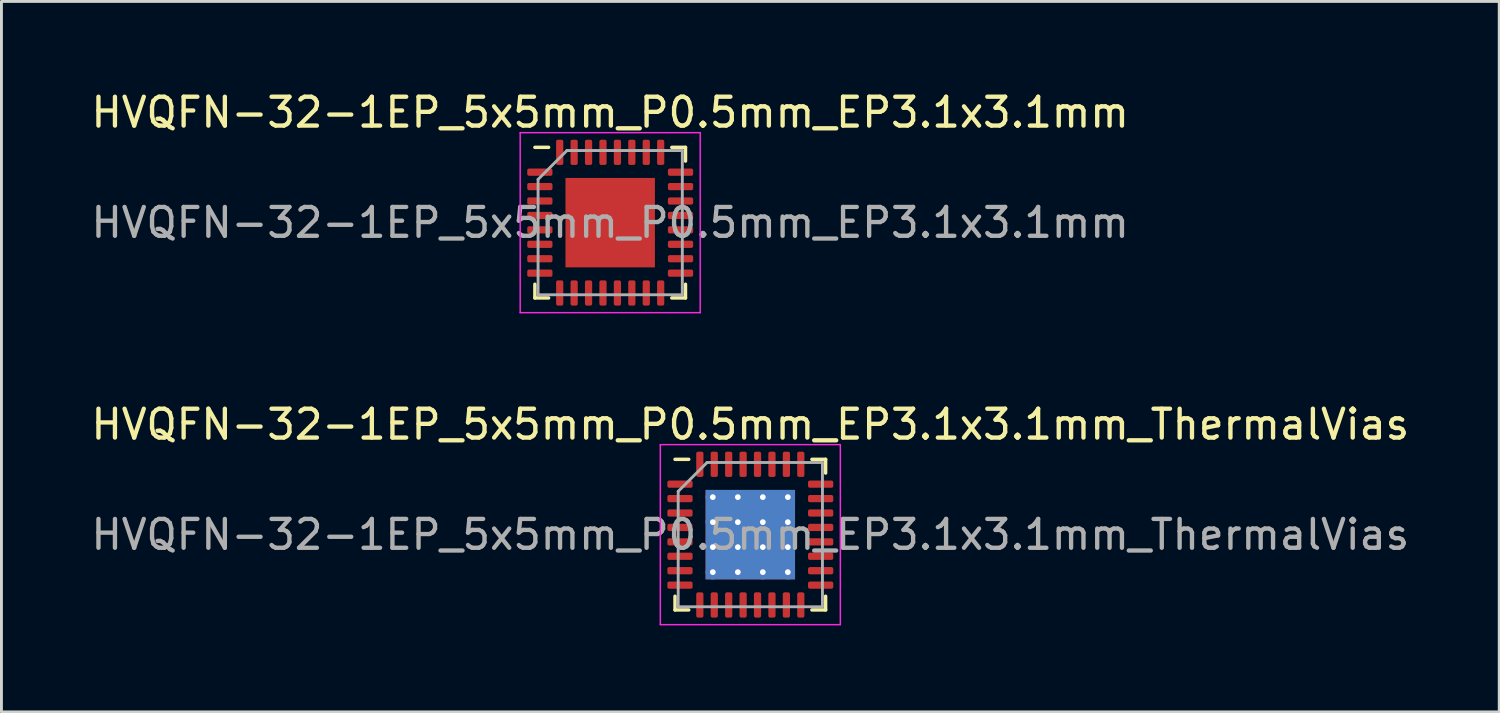
<source format=kicad_pcb>
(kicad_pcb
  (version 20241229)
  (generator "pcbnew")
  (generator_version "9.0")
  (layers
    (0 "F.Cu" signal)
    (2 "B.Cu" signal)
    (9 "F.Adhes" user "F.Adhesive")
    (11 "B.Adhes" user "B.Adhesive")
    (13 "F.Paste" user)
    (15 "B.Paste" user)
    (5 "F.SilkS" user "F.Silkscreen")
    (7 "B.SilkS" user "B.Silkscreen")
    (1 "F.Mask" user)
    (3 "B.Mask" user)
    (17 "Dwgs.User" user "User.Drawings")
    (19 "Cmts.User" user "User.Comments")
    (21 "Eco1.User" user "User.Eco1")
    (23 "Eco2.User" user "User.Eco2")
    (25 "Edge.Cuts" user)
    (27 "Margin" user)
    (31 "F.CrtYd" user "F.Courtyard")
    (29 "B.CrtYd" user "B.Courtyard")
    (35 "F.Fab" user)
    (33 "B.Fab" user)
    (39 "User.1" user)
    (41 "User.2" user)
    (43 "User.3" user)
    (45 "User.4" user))
  (footprint "HVQFN-32-1EP_5x5mm_P0.5mm_EP3.1x3.1mm"
    (layer "F.Cu")
    (at 18.101 4.668)
    (property "Reference" "HVQFN-32-1EP_5x5mm_P0.5mm_EP3.1x3.1mm" (at 0 -3.82 0) (layer "F.SilkS") (effects (font (size 1 1) (thickness 0.15))))
    (attr smd)
    (fp_line (start -2.61 2.61) (end -2.61 2.135) (stroke (width 0.12) (type solid)) (layer "F.SilkS"))
    (fp_line (start -2.135 -2.61) (end -2.61 -2.61) (stroke (width 0.12) (type solid)) (layer "F.SilkS"))
    (fp_line (start -2.135 2.61) (end -2.61 2.61) (stroke (width 0.12) (type solid)) (layer "F.SilkS"))
    (fp_line (start 2.135 -2.61) (end 2.61 -2.61) (stroke (width 0.12) (type solid)) (layer "F.SilkS"))
    (fp_line (start 2.135 2.61) (end 2.61 2.61) (stroke (width 0.12) (type solid)) (layer "F.SilkS"))
    (fp_line (start 2.61 -2.61) (end 2.61 -2.135) (stroke (width 0.12) (type solid)) (layer "F.SilkS"))
    (fp_line (start 2.61 2.61) (end 2.61 2.135) (stroke (width 0.12) (type solid)) (layer "F.SilkS"))
    (fp_line (start -3.12 -3.12) (end -3.12 3.12) (stroke (width 0.05) (type solid)) (layer "F.CrtYd"))
    (fp_line (start -3.12 3.12) (end 3.12 3.12) (stroke (width 0.05) (type solid)) (layer "F.CrtYd"))
    (fp_line (start 3.12 -3.12) (end -3.12 -3.12) (stroke (width 0.05) (type solid)) (layer "F.CrtYd"))
    (fp_line (start 3.12 3.12) (end 3.12 -3.12) (stroke (width 0.05) (type solid)) (layer "F.CrtYd"))
    (fp_line (start -2.5 -1.5) (end -1.5 -2.5) (stroke (width 0.1) (type solid)) (layer "F.Fab"))
    (fp_line (start -2.5 2.5) (end -2.5 -1.5) (stroke (width 0.1) (type solid)) (layer "F.Fab"))
    (fp_line (start -1.5 -2.5) (end 2.5 -2.5) (stroke (width 0.1) (type solid)) (layer "F.Fab"))
    (fp_line (start 2.5 -2.5) (end 2.5 2.5) (stroke (width 0.1) (type solid)) (layer "F.Fab"))
    (fp_line (start 2.5 2.5) (end -2.5 2.5) (stroke (width 0.1) (type solid)) (layer "F.Fab"))
    (fp_text user "${REFERENCE}" (at 0 0 0) (layer "F.Fab") (effects (font (size 1 1) (thickness 0.15))))
    (pad "" smd roundrect (at -1.03 -1.03) (size 0.83 0.83) (layers "F.Paste") (roundrect_rratio 0.25))
    (pad "" smd roundrect (at -1.03 0) (size 0.83 0.83) (layers "F.Paste") (roundrect_rratio 0.25))
    (pad "" smd roundrect (at -1.03 1.03) (size 0.83 0.83) (layers "F.Paste") (roundrect_rratio 0.25))
    (pad "" smd roundrect (at 0 -1.03) (size 0.83 0.83) (layers "F.Paste") (roundrect_rratio 0.25))
    (pad "" smd roundrect (at 0 0) (size 0.83 0.83) (layers "F.Paste") (roundrect_rratio 0.25))
    (pad "" smd roundrect (at 0 1.03) (size 0.83 0.83) (layers "F.Paste") (roundrect_rratio 0.25))
    (pad "" smd roundrect (at 1.03 -1.03) (size 0.83 0.83) (layers "F.Paste") (roundrect_rratio 0.25))
    (pad "" smd roundrect (at 1.03 0) (size 0.83 0.83) (layers "F.Paste") (roundrect_rratio 0.25))
    (pad "" smd roundrect (at 1.03 1.03) (size 0.83 0.83) (layers "F.Paste") (roundrect_rratio 0.25))
    (pad "1" smd roundrect (at -2.438 -1.75) (size 0.875 0.25) (layers "F.Cu" "F.Mask" "F.Paste") (roundrect_rratio 0.25))
    (pad "2" smd roundrect (at -2.438 -1.25) (size 0.875 0.25) (layers "F.Cu" "F.Mask" "F.Paste") (roundrect_rratio 0.25))
    (pad "3" smd roundrect (at -2.438 -0.75) (size 0.875 0.25) (layers "F.Cu" "F.Mask" "F.Paste") (roundrect_rratio 0.25))
    (pad "4" smd roundrect (at -2.438 -0.25) (size 0.875 0.25) (layers "F.Cu" "F.Mask" "F.Paste") (roundrect_rratio 0.25))
    (pad "5" smd roundrect (at -2.438 0.25) (size 0.875 0.25) (layers "F.Cu" "F.Mask" "F.Paste") (roundrect_rratio 0.25))
    (pad "6" smd roundrect (at -2.438 0.75) (size 0.875 0.25) (layers "F.Cu" "F.Mask" "F.Paste") (roundrect_rratio 0.25))
    (pad "7" smd roundrect (at -2.438 1.25) (size 0.875 0.25) (layers "F.Cu" "F.Mask" "F.Paste") (roundrect_rratio 0.25))
    (pad "8" smd roundrect (at -2.438 1.75) (size 0.875 0.25) (layers "F.Cu" "F.Mask" "F.Paste") (roundrect_rratio 0.25))
    (pad "9" smd roundrect (at -1.75 2.438) (size 0.25 0.875) (layers "F.Cu" "F.Mask" "F.Paste") (roundrect_rratio 0.25))
    (pad "10" smd roundrect (at -1.25 2.438) (size 0.25 0.875) (layers "F.Cu" "F.Mask" "F.Paste") (roundrect_rratio 0.25))
    (pad "11" smd roundrect (at -0.75 2.438) (size 0.25 0.875) (layers "F.Cu" "F.Mask" "F.Paste") (roundrect_rratio 0.25))
    (pad "12" smd roundrect (at -0.25 2.438) (size 0.25 0.875) (layers "F.Cu" "F.Mask" "F.Paste") (roundrect_rratio 0.25))
    (pad "13" smd roundrect (at 0.25 2.438) (size 0.25 0.875) (layers "F.Cu" "F.Mask" "F.Paste") (roundrect_rratio 0.25))
    (pad "14" smd roundrect (at 0.75 2.438) (size 0.25 0.875) (layers "F.Cu" "F.Mask" "F.Paste") (roundrect_rratio 0.25))
    (pad "15" smd roundrect (at 1.25 2.438) (size 0.25 0.875) (layers "F.Cu" "F.Mask" "F.Paste") (roundrect_rratio 0.25))
    (pad "16" smd roundrect (at 1.75 2.438) (size 0.25 0.875) (layers "F.Cu" "F.Mask" "F.Paste") (roundrect_rratio 0.25))
    (pad "17" smd roundrect (at 2.438 1.75) (size 0.875 0.25) (layers "F.Cu" "F.Mask" "F.Paste") (roundrect_rratio 0.25))
    (pad "18" smd roundrect (at 2.438 1.25) (size 0.875 0.25) (layers "F.Cu" "F.Mask" "F.Paste") (roundrect_rratio 0.25))
    (pad "19" smd roundrect (at 2.438 0.75) (size 0.875 0.25) (layers "F.Cu" "F.Mask" "F.Paste") (roundrect_rratio 0.25))
    (pad "20" smd roundrect (at 2.438 0.25) (size 0.875 0.25) (layers "F.Cu" "F.Mask" "F.Paste") (roundrect_rratio 0.25))
    (pad "21" smd roundrect (at 2.438 -0.25) (size 0.875 0.25) (layers "F.Cu" "F.Mask" "F.Paste") (roundrect_rratio 0.25))
    (pad "22" smd roundrect (at 2.438 -0.75) (size 0.875 0.25) (layers "F.Cu" "F.Mask" "F.Paste") (roundrect_rratio 0.25))
    (pad "23" smd roundrect (at 2.438 -1.25) (size 0.875 0.25) (layers "F.Cu" "F.Mask" "F.Paste") (roundrect_rratio 0.25))
    (pad "24" smd roundrect (at 2.438 -1.75) (size 0.875 0.25) (layers "F.Cu" "F.Mask" "F.Paste") (roundrect_rratio 0.25))
    (pad "25" smd roundrect (at 1.75 -2.438) (size 0.25 0.875) (layers "F.Cu" "F.Mask" "F.Paste") (roundrect_rratio 0.25))
    (pad "26" smd roundrect (at 1.25 -2.438) (size 0.25 0.875) (layers "F.Cu" "F.Mask" "F.Paste") (roundrect_rratio 0.25))
    (pad "27" smd roundrect (at 0.75 -2.438) (size 0.25 0.875) (layers "F.Cu" "F.Mask" "F.Paste") (roundrect_rratio 0.25))
    (pad "28" smd roundrect (at 0.25 -2.438) (size 0.25 0.875) (layers "F.Cu" "F.Mask" "F.Paste") (roundrect_rratio 0.25))
    (pad "29" smd roundrect (at -0.25 -2.438) (size 0.25 0.875) (layers "F.Cu" "F.Mask" "F.Paste") (roundrect_rratio 0.25))
    (pad "30" smd roundrect (at -0.75 -2.438) (size 0.25 0.875) (layers "F.Cu" "F.Mask" "F.Paste") (roundrect_rratio 0.25))
    (pad "31" smd roundrect (at -1.25 -2.438) (size 0.25 0.875) (layers "F.Cu" "F.Mask" "F.Paste") (roundrect_rratio 0.25))
    (pad "32" smd roundrect (at -1.75 -2.438) (size 0.25 0.875) (layers "F.Cu" "F.Mask" "F.Paste") (roundrect_rratio 0.25))
    (pad "33" smd rect (at 0 0) (size 3.1 3.1) (layers "F.Cu" "F.Mask")))
  (footprint "HVQFN-32-1EP_5x5mm_P0.5mm_EP3.1x3.1mm_ThermalVias"
    (layer "F.Cu")
    (at 22.958 15.482)
    (property "Reference" "HVQFN-32-1EP_5x5mm_P0.5mm_EP3.1x3.1mm_ThermalVias" (at 0 -3.82 0) (layer "F.SilkS") (effects (font (size 1 1) (thickness 0.15))))
    (attr smd)
    (fp_line (start -2.61 2.61) (end -2.61 2.135) (stroke (width 0.12) (type solid)) (layer "F.SilkS"))
    (fp_line (start -2.135 -2.61) (end -2.61 -2.61) (stroke (width 0.12) (type solid)) (layer "F.SilkS"))
    (fp_line (start -2.135 2.61) (end -2.61 2.61) (stroke (width 0.12) (type solid)) (layer "F.SilkS"))
    (fp_line (start 2.135 -2.61) (end 2.61 -2.61) (stroke (width 0.12) (type solid)) (layer "F.SilkS"))
    (fp_line (start 2.135 2.61) (end 2.61 2.61) (stroke (width 0.12) (type solid)) (layer "F.SilkS"))
    (fp_line (start 2.61 -2.61) (end 2.61 -2.135) (stroke (width 0.12) (type solid)) (layer "F.SilkS"))
    (fp_line (start 2.61 2.61) (end 2.61 2.135) (stroke (width 0.12) (type solid)) (layer "F.SilkS"))
    (fp_line (start -3.12 -3.12) (end -3.12 3.12) (stroke (width 0.05) (type solid)) (layer "F.CrtYd"))
    (fp_line (start -3.12 3.12) (end 3.12 3.12) (stroke (width 0.05) (type solid)) (layer "F.CrtYd"))
    (fp_line (start 3.12 -3.12) (end -3.12 -3.12) (stroke (width 0.05) (type solid)) (layer "F.CrtYd"))
    (fp_line (start 3.12 3.12) (end 3.12 -3.12) (stroke (width 0.05) (type solid)) (layer "F.CrtYd"))
    (fp_line (start -2.5 -1.5) (end -1.5 -2.5) (stroke (width 0.1) (type solid)) (layer "F.Fab"))
    (fp_line (start -2.5 2.5) (end -2.5 -1.5) (stroke (width 0.1) (type solid)) (layer "F.Fab"))
    (fp_line (start -1.5 -2.5) (end 2.5 -2.5) (stroke (width 0.1) (type solid)) (layer "F.Fab"))
    (fp_line (start 2.5 -2.5) (end 2.5 2.5) (stroke (width 0.1) (type solid)) (layer "F.Fab"))
    (fp_line (start 2.5 2.5) (end -2.5 2.5) (stroke (width 0.1) (type solid)) (layer "F.Fab"))
    (fp_text user "${REFERENCE}" (at 0 0 0) (layer "F.Fab") (effects (font (size 1 1) (thickness 0.15))))
    (pad "" smd custom (at -0.867 -0.867) (size 0.637 0.637) (layers "F.Paste") (options (anchor circle)) (primitives (gr_poly (pts (xy -0.254 -0.147) (xy -0.147 -0.254) (xy 0.147 -0.254) (xy 0.254 -0.147) (xy 0.254 0.147) (xy 0.147 0.254) (xy -0.147 0.254) (xy -0.254 0.147)) (width 0.258) (fill yes))))
    (pad "" smd custom (at -0.867 0) (size 0.637 0.637) (layers "F.Paste") (options (anchor circle)) (primitives (gr_poly (pts (xy -0.254 -0.147) (xy -0.147 -0.254) (xy 0.147 -0.254) (xy 0.254 -0.147) (xy 0.254 0.147) (xy 0.147 0.254) (xy -0.147 0.254) (xy -0.254 0.147)) (width 0.258) (fill yes))))
    (pad "" smd custom (at -0.867 0.867) (size 0.637 0.637) (layers "F.Paste") (options (anchor circle)) (primitives (gr_poly (pts (xy -0.254 -0.147) (xy -0.147 -0.254) (xy 0.147 -0.254) (xy 0.254 -0.147) (xy 0.254 0.147) (xy 0.147 0.254) (xy -0.147 0.254) (xy -0.254 0.147)) (width 0.258) (fill yes))))
    (pad "" smd custom (at 0 -0.867) (size 0.637 0.637) (layers "F.Paste") (options (anchor circle)) (primitives (gr_poly (pts (xy -0.254 -0.147) (xy -0.147 -0.254) (xy 0.147 -0.254) (xy 0.254 -0.147) (xy 0.254 0.147) (xy 0.147 0.254) (xy -0.147 0.254) (xy -0.254 0.147)) (width 0.258) (fill yes))))
    (pad "" smd custom (at 0 0) (size 0.637 0.637) (layers "F.Paste") (options (anchor circle)) (primitives (gr_poly (pts (xy -0.254 -0.147) (xy -0.147 -0.254) (xy 0.147 -0.254) (xy 0.254 -0.147) (xy 0.254 0.147) (xy 0.147 0.254) (xy -0.147 0.254) (xy -0.254 0.147)) (width 0.258) (fill yes))))
    (pad "" smd custom (at 0 0.867) (size 0.637 0.637) (layers "F.Paste") (options (anchor circle)) (primitives (gr_poly (pts (xy -0.254 -0.147) (xy -0.147 -0.254) (xy 0.147 -0.254) (xy 0.254 -0.147) (xy 0.254 0.147) (xy 0.147 0.254) (xy -0.147 0.254) (xy -0.254 0.147)) (width 0.258) (fill yes))))
    (pad "" smd custom (at 0.867 -0.867) (size 0.637 0.637) (layers "F.Paste") (options (anchor circle)) (primitives (gr_poly (pts (xy -0.254 -0.147) (xy -0.147 -0.254) (xy 0.147 -0.254) (xy 0.254 -0.147) (xy 0.254 0.147) (xy 0.147 0.254) (xy -0.147 0.254) (xy -0.254 0.147)) (width 0.258) (fill yes))))
    (pad "" smd custom (at 0.867 0) (size 0.637 0.637) (layers "F.Paste") (options (anchor circle)) (primitives (gr_poly (pts (xy -0.254 -0.147) (xy -0.147 -0.254) (xy 0.147 -0.254) (xy 0.254 -0.147) (xy 0.254 0.147) (xy 0.147 0.254) (xy -0.147 0.254) (xy -0.254 0.147)) (width 0.258) (fill yes))))
    (pad "" smd custom (at 0.867 0.867) (size 0.637 0.637) (layers "F.Paste") (options (anchor circle)) (primitives (gr_poly (pts (xy -0.254 -0.147) (xy -0.147 -0.254) (xy 0.147 -0.254) (xy 0.254 -0.147) (xy 0.254 0.147) (xy 0.147 0.254) (xy -0.147 0.254) (xy -0.254 0.147)) (width 0.258) (fill yes))))
    (pad "1" smd roundrect (at -2.438 -1.75) (size 0.875 0.25) (layers "F.Cu" "F.Mask" "F.Paste") (roundrect_rratio 0.25))
    (pad "2" smd roundrect (at -2.438 -1.25) (size 0.875 0.25) (layers "F.Cu" "F.Mask" "F.Paste") (roundrect_rratio 0.25))
    (pad "3" smd roundrect (at -2.438 -0.75) (size 0.875 0.25) (layers "F.Cu" "F.Mask" "F.Paste") (roundrect_rratio 0.25))
    (pad "4" smd roundrect (at -2.438 -0.25) (size 0.875 0.25) (layers "F.Cu" "F.Mask" "F.Paste") (roundrect_rratio 0.25))
    (pad "5" smd roundrect (at -2.438 0.25) (size 0.875 0.25) (layers "F.Cu" "F.Mask" "F.Paste") (roundrect_rratio 0.25))
    (pad "6" smd roundrect (at -2.438 0.75) (size 0.875 0.25) (layers "F.Cu" "F.Mask" "F.Paste") (roundrect_rratio 0.25))
    (pad "7" smd roundrect (at -2.438 1.25) (size 0.875 0.25) (layers "F.Cu" "F.Mask" "F.Paste") (roundrect_rratio 0.25))
    (pad "8" smd roundrect (at -2.438 1.75) (size 0.875 0.25) (layers "F.Cu" "F.Mask" "F.Paste") (roundrect_rratio 0.25))
    (pad "9" smd roundrect (at -1.75 2.438) (size 0.25 0.875) (layers "F.Cu" "F.Mask" "F.Paste") (roundrect_rratio 0.25))
    (pad "10" smd roundrect (at -1.25 2.438) (size 0.25 0.875) (layers "F.Cu" "F.Mask" "F.Paste") (roundrect_rratio 0.25))
    (pad "11" smd roundrect (at -0.75 2.438) (size 0.25 0.875) (layers "F.Cu" "F.Mask" "F.Paste") (roundrect_rratio 0.25))
    (pad "12" smd roundrect (at -0.25 2.438) (size 0.25 0.875) (layers "F.Cu" "F.Mask" "F.Paste") (roundrect_rratio 0.25))
    (pad "13" smd roundrect (at 0.25 2.438) (size 0.25 0.875) (layers "F.Cu" "F.Mask" "F.Paste") (roundrect_rratio 0.25))
    (pad "14" smd roundrect (at 0.75 2.438) (size 0.25 0.875) (layers "F.Cu" "F.Mask" "F.Paste") (roundrect_rratio 0.25))
    (pad "15" smd roundrect (at 1.25 2.438) (size 0.25 0.875) (layers "F.Cu" "F.Mask" "F.Paste") (roundrect_rratio 0.25))
    (pad "16" smd roundrect (at 1.75 2.438) (size 0.25 0.875) (layers "F.Cu" "F.Mask" "F.Paste") (roundrect_rratio 0.25))
    (pad "17" smd roundrect (at 2.438 1.75) (size 0.875 0.25) (layers "F.Cu" "F.Mask" "F.Paste") (roundrect_rratio 0.25))
    (pad "18" smd roundrect (at 2.438 1.25) (size 0.875 0.25) (layers "F.Cu" "F.Mask" "F.Paste") (roundrect_rratio 0.25))
    (pad "19" smd roundrect (at 2.438 0.75) (size 0.875 0.25) (layers "F.Cu" "F.Mask" "F.Paste") (roundrect_rratio 0.25))
    (pad "20" smd roundrect (at 2.438 0.25) (size 0.875 0.25) (layers "F.Cu" "F.Mask" "F.Paste") (roundrect_rratio 0.25))
    (pad "21" smd roundrect (at 2.438 -0.25) (size 0.875 0.25) (layers "F.Cu" "F.Mask" "F.Paste") (roundrect_rratio 0.25))
    (pad "22" smd roundrect (at 2.438 -0.75) (size 0.875 0.25) (layers "F.Cu" "F.Mask" "F.Paste") (roundrect_rratio 0.25))
    (pad "23" smd roundrect (at 2.438 -1.25) (size 0.875 0.25) (layers "F.Cu" "F.Mask" "F.Paste") (roundrect_rratio 0.25))
    (pad "24" smd roundrect (at 2.438 -1.75) (size 0.875 0.25) (layers "F.Cu" "F.Mask" "F.Paste") (roundrect_rratio 0.25))
    (pad "25" smd roundrect (at 1.75 -2.438) (size 0.25 0.875) (layers "F.Cu" "F.Mask" "F.Paste") (roundrect_rratio 0.25))
    (pad "26" smd roundrect (at 1.25 -2.438) (size 0.25 0.875) (layers "F.Cu" "F.Mask" "F.Paste") (roundrect_rratio 0.25))
    (pad "27" smd roundrect (at 0.75 -2.438) (size 0.25 0.875) (layers "F.Cu" "F.Mask" "F.Paste") (roundrect_rratio 0.25))
    (pad "28" smd roundrect (at 0.25 -2.438) (size 0.25 0.875) (layers "F.Cu" "F.Mask" "F.Paste") (roundrect_rratio 0.25))
    (pad "29" smd roundrect (at -0.25 -2.438) (size 0.25 0.875) (layers "F.Cu" "F.Mask" "F.Paste") (roundrect_rratio 0.25))
    (pad "30" smd roundrect (at -0.75 -2.438) (size 0.25 0.875) (layers "F.Cu" "F.Mask" "F.Paste") (roundrect_rratio 0.25))
    (pad "31" smd roundrect (at -1.25 -2.438) (size 0.25 0.875) (layers "F.Cu" "F.Mask" "F.Paste") (roundrect_rratio 0.25))
    (pad "32" smd roundrect (at -1.75 -2.438) (size 0.25 0.875) (layers "F.Cu" "F.Mask" "F.Paste") (roundrect_rratio 0.25))
    (pad "33" thru_hole circle (at -1.3 -1.3) (size 0.5 0.5) (drill 0.2) (layers "*.Cu"))
    (pad "33" thru_hole circle (at -1.3 -0.433) (size 0.5 0.5) (drill 0.2) (layers "*.Cu"))
    (pad "33" thru_hole circle (at -1.3 0.433) (size 0.5 0.5) (drill 0.2) (layers "*.Cu"))
    (pad "33" thru_hole circle (at -1.3 1.3) (size 0.5 0.5) (drill 0.2) (layers "*.Cu"))
    (pad "33" thru_hole circle (at -0.433 -1.3) (size 0.5 0.5) (drill 0.2) (layers "*.Cu"))
    (pad "33" thru_hole circle (at -0.433 -0.433) (size 0.5 0.5) (drill 0.2) (layers "*.Cu"))
    (pad "33" thru_hole circle (at -0.433 0.433) (size 0.5 0.5) (drill 0.2) (layers "*.Cu"))
    (pad "33" thru_hole circle (at -0.433 1.3) (size 0.5 0.5) (drill 0.2) (layers "*.Cu"))
    (pad "33" smd rect (at 0 0) (size 3.1 3.1) (layers "F.Cu" "F.Mask"))
    (pad "33" smd rect (at 0 0) (size 3.1 3.1) (layers "B.Cu"))
    (pad "33" thru_hole circle (at 0.433 -1.3) (size 0.5 0.5) (drill 0.2) (layers "*.Cu"))
    (pad "33" thru_hole circle (at 0.433 -0.433) (size 0.5 0.5) (drill 0.2) (layers "*.Cu"))
    (pad "33" thru_hole circle (at 0.433 0.433) (size 0.5 0.5) (drill 0.2) (layers "*.Cu"))
    (pad "33" thru_hole circle (at 0.433 1.3) (size 0.5 0.5) (drill 0.2) (layers "*.Cu"))
    (pad "33" thru_hole circle (at 1.3 -1.3) (size 0.5 0.5) (drill 0.2) (layers "*.Cu"))
    (pad "33" thru_hole circle (at 1.3 -0.433) (size 0.5 0.5) (drill 0.2) (layers "*.Cu"))
    (pad "33" thru_hole circle (at 1.3 0.433) (size 0.5 0.5) (drill 0.2) (layers "*.Cu"))
    (pad "33" thru_hole circle (at 1.3 1.3) (size 0.5 0.5) (drill 0.2) (layers "*.Cu")))
  (gr_rect
    (start -3 -3)
    (end 48.917 21.627)
    (stroke (width 0.1) (type default))
    (fill no)
    (layer "Edge.Cuts")))
</source>
